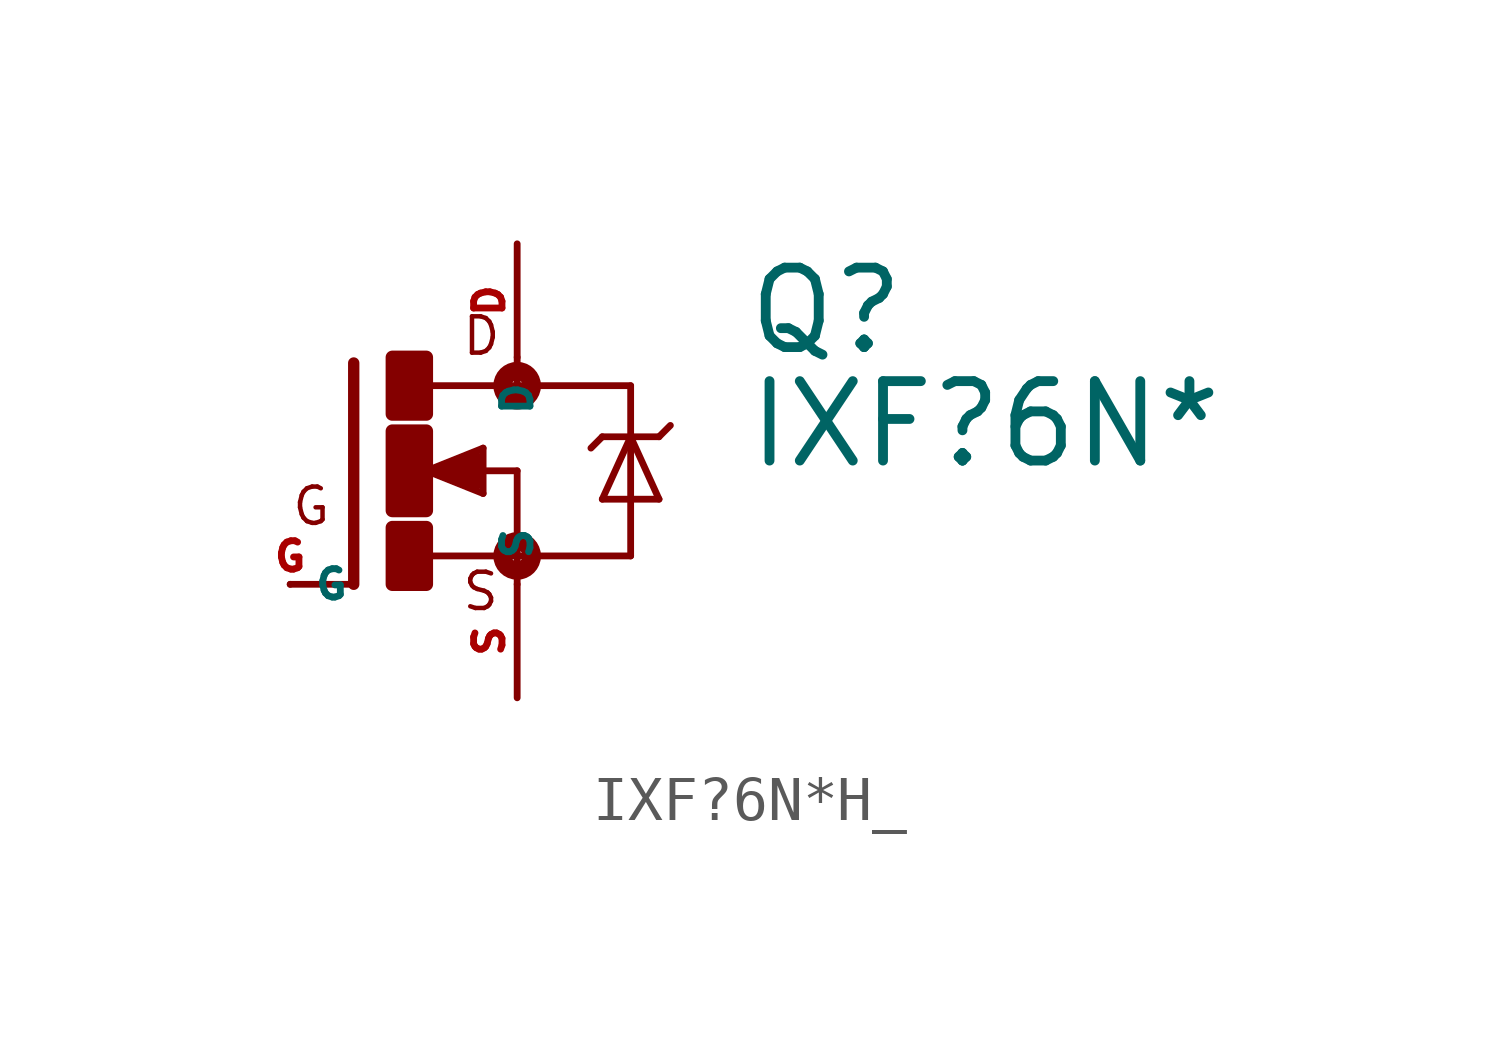
<source format=kicad_sym>
(kicad_symbol_lib
  (version 20220914)
  (generator Eagle2Kicad)
  (symbol "IXF?6N*H_"
    (property "Reference" "Q"
      (at 7.62 2.54 0)
      (effects (font (size 1.778 1.778) (thickness 0.22)) (justify left bottom)))
    (property "Value" "IXF?6N*"
      (at 7.62 0 0)
      (effects (font (size 1.778 1.778) (thickness 0.22)) (justify left bottom)))
    (polyline
      (pts (xy -1.118 2.413) (xy -1.118 -2.54))
      (stroke (width 0.254) (type default))
      (fill (type none)))
    (polyline
      (pts (xy -1.118 -2.54) (xy -2.54 -2.54))
      (stroke (width 0.152) (type default))
      (fill (type none)))
    (polyline
      (pts (xy 2.54 1.905) (xy 0.533 1.905))
      (stroke (width 0.152) (type default))
      (fill (type none)))
    (polyline
      (pts (xy 2.54 0) (xy 2.54 -1.905))
      (stroke (width 0.152) (type default))
      (fill (type none)))
    (polyline
      (pts (xy 0.508 -1.905) (xy 2.54 -1.905))
      (stroke (width 0.152) (type default))
      (fill (type none)))
    (polyline
      (pts (xy 2.54 2.54) (xy 2.54 1.905))
      (stroke (width 0.152) (type default))
      (fill (type none)))
    (polyline
      (pts (xy 2.54 1.905) (xy 5.08 1.905))
      (stroke (width 0.152) (type default))
      (fill (type none)))
    (polyline
      (pts (xy 5.08 1.905) (xy 5.08 0.762))
      (stroke (width 0.152) (type default))
      (fill (type none)))
    (polyline
      (pts (xy 5.08 0.762) (xy 5.08 -1.905))
      (stroke (width 0.152) (type default))
      (fill (type none)))
    (polyline
      (pts (xy 5.08 -1.905) (xy 2.54 -1.905))
      (stroke (width 0.152) (type default))
      (fill (type none)))
    (polyline
      (pts (xy 2.54 -1.905) (xy 2.54 -2.54))
      (stroke (width 0.152) (type default))
      (fill (type none)))
    (polyline
      (pts (xy 5.08 0.762) (xy 4.445 -0.635))
      (stroke (width 0.152) (type default))
      (fill (type none)))
    (polyline
      (pts (xy 4.445 -0.635) (xy 5.715 -0.635))
      (stroke (width 0.152) (type default))
      (fill (type none)))
    (polyline
      (pts (xy 5.715 -0.635) (xy 5.08 0.762))
      (stroke (width 0.152) (type default))
      (fill (type none)))
    (polyline
      (pts (xy 4.445 0.762) (xy 5.08 0.762))
      (stroke (width 0.152) (type default))
      (fill (type none)))
    (polyline
      (pts (xy 5.08 0.762) (xy 5.715 0.762))
      (stroke (width 0.152) (type default))
      (fill (type none)))
    (polyline
      (pts (xy 5.715 0.762) (xy 5.969 1.016))
      (stroke (width 0.152) (type default))
      (fill (type none)))
    (polyline
      (pts (xy 4.445 0.762) (xy 4.191 0.508))
      (stroke (width 0.152) (type default))
      (fill (type none)))
    (polyline
      (pts (xy 0.508 0) (xy 1.778 -0.508))
      (stroke (width 0.152) (type default))
      (fill (type none)))
    (polyline
      (pts (xy 1.778 -0.508) (xy 1.778 0.508))
      (stroke (width 0.152) (type default))
      (fill (type none)))
    (polyline
      (pts (xy 1.778 0.508) (xy 0.508 0))
      (stroke (width 0.152) (type default))
      (fill (type none)))
    (polyline
      (pts (xy 1.651 0) (xy 2.54 0))
      (stroke (width 0.152) (type default))
      (fill (type none)))
    (polyline
      (pts (xy 1.651 0.254) (xy 0.762 0))
      (stroke (width 0.305) (type default))
      (fill (type none)))
    (polyline
      (pts (xy 0.762 0) (xy 1.651 -0.254))
      (stroke (width 0.305) (type default))
      (fill (type none)))
    (polyline
      (pts (xy 1.651 -0.254) (xy 1.651 0))
      (stroke (width 0.305) (type default))
      (fill (type none)))
    (polyline
      (pts (xy 1.651 0) (xy 1.397 0))
      (stroke (width 0.305) (type default))
      (fill (type none)))
    (text "D"
      (at 1.27 2.54 0)
      (effects (font (size 0.813 0.813) (thickness 0.10)) (justify left bottom)))
    (text "S"
      (at 1.27 -3.175 0)
      (effects (font (size 0.813 0.813) (thickness 0.10)) (justify left bottom)))
    (text "G"
      (at -2.54 -1.27 0)
      (effects (font (size 0.813 0.813) (thickness 0.10)) (justify left bottom)))
    (circle
      (center 2.54 -1.905)
      (radius 0.127)
      (stroke (width 0.406) (type default))
      (fill (type none)))
    (circle
      (center 2.54 1.905)
      (radius 0.127)
      (stroke (width 0.406) (type default))
      (fill (type none)))
    (rectangle
      (start -0.254 -2.54)
      (end 0.508 -1.27)
      (stroke (width 0.3) (type default))
      (fill (type outline)))
    (rectangle
      (start -0.254 1.27)
      (end 0.508 2.54)
      (stroke (width 0.3) (type default))
      (fill (type outline)))
    (rectangle
      (start -0.254 -0.889)
      (end 0.508 0.889)
      (stroke (width 0.3) (type default))
      (fill (type outline)))
    (pin passive line
      (at -2.54 -2.54 0)
      (length 0)
      (name "G" (effects (font (size 0.635 0.635) (thickness 0.08)) (justify left bottom)))
      (number "G" (effects (font (size 0.635 0.635) (thickness 0.08)) (justify left bottom))))
    (pin passive line
      (at 2.54 5.08 270)
      (length 2.54)
      (name "D" (effects (font (size 0.635 0.635) (thickness 0.08)) (justify left bottom)))
      (number "D" (effects (font (size 0.635 0.635) (thickness 0.08)) (justify left bottom))))
    (pin passive line
      (at 2.54 -5.08 90)
      (length 2.54)
      (name "S" (effects (font (size 0.635 0.635) (thickness 0.08)) (justify left bottom)))
      (number "S" (effects (font (size 0.635 0.635) (thickness 0.08)) (justify left bottom))))))
</source>
